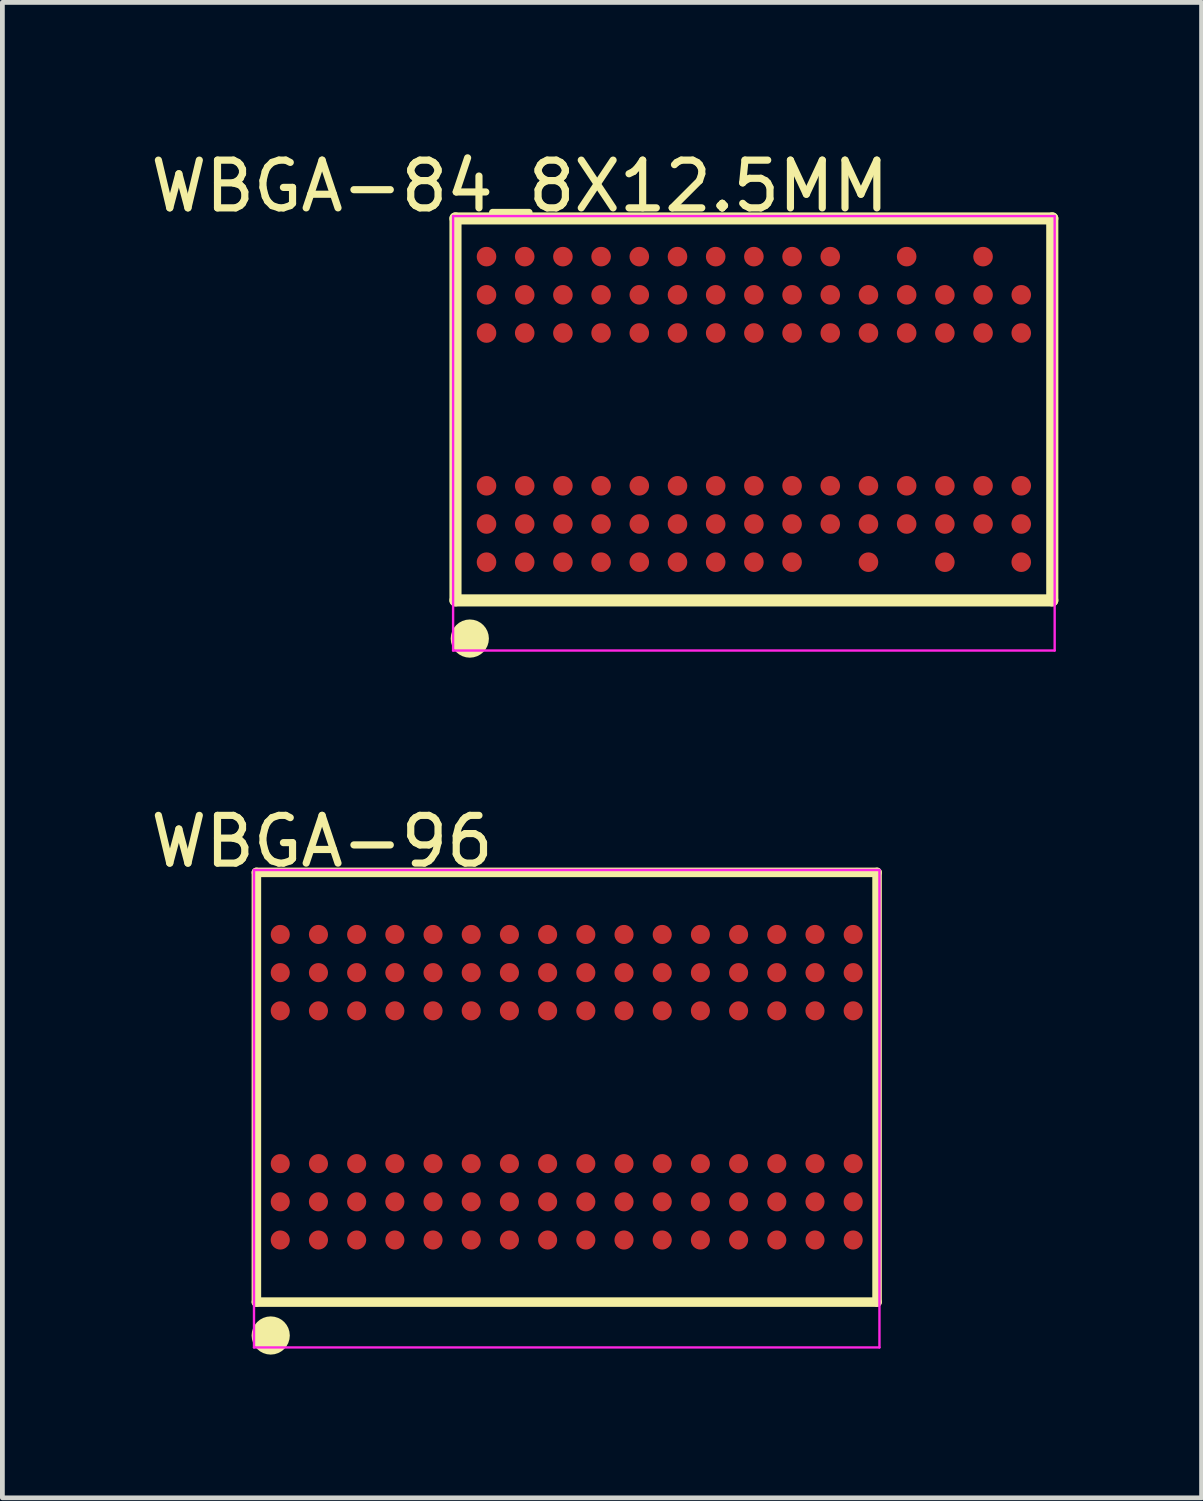
<source format=kicad_pcb>
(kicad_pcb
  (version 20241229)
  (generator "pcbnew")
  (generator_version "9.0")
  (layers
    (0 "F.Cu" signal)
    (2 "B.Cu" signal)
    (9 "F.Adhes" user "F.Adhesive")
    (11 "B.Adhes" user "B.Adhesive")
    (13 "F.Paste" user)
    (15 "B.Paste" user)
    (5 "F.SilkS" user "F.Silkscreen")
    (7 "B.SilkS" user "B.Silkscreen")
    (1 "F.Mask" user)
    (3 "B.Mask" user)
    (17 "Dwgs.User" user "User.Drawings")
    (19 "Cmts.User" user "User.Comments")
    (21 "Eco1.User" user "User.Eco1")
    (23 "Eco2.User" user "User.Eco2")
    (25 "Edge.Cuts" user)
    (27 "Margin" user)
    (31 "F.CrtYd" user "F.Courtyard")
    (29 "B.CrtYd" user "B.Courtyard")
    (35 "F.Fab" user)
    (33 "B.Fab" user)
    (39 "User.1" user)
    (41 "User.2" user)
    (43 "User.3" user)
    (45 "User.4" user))
  (footprint "WBGA-84_8X12.5MM"
    (layer "F.Cu")
    (at 12.74 5.525)
    (property "Reference" "WBGA-84_8X12.5MM" (at -4.901 -4.676 0) (layer "F.SilkS") (effects (font (size 1 1) (thickness 0.15))))
    (attr through_hole)
    (fp_line (start -6.25 -4) (end 6.25 -4) (stroke (width 0.254) (type solid)) (layer "F.SilkS"))
    (fp_line (start -6.25 4) (end -6.25 -4) (stroke (width 0.254) (type solid)) (layer "F.SilkS"))
    (fp_line (start -6.25 4) (end 6.25 4) (stroke (width 0.254) (type solid)) (layer "F.SilkS"))
    (fp_line (start 6.25 4) (end 6.25 -4) (stroke (width 0.254) (type solid)) (layer "F.SilkS"))
    (fp_circle (center -5.95 4.8) (end -5.75 4.8) (stroke (width 0.4) (type solid)) (fill no) (layer "F.SilkS"))
    (fp_line (start -6.3 -4.05) (end 6.3 -4.05) (stroke (width 0.05) (type solid)) (layer "F.CrtYd"))
    (fp_line (start -6.3 5.05) (end -6.3 -4.05) (stroke (width 0.05) (type solid)) (layer "F.CrtYd"))
    (fp_line (start 6.3 -4.05) (end 6.3 5.05) (stroke (width 0.05) (type solid)) (layer "F.CrtYd"))
    (fp_line (start 6.3 5.05) (end -6.3 5.05) (stroke (width 0.05) (type solid)) (layer "F.CrtYd"))
    (pad "A1" smd oval (at -5.6 3.2 90) (size 0.41 0.41) (layers "F.Cu" "F.Mask" "F.Paste"))
    (pad "A2" smd oval (at -5.6 2.4 90) (size 0.41 0.41) (layers "F.Cu" "F.Mask" "F.Paste"))
    (pad "A3" smd oval (at -5.6 1.6 90) (size 0.41 0.41) (layers "F.Cu" "F.Mask" "F.Paste"))
    (pad "A7" smd oval (at -5.6 -1.6 90) (size 0.41 0.41) (layers "F.Cu" "F.Mask" "F.Paste"))
    (pad "A8" smd oval (at -5.6 -2.4 90) (size 0.41 0.41) (layers "F.Cu" "F.Mask" "F.Paste"))
    (pad "A9" smd oval (at -5.6 -3.2 90) (size 0.41 0.41) (layers "F.Cu" "F.Mask" "F.Paste"))
    (pad "B1" smd oval (at -4.8 3.2 90) (size 0.41 0.41) (layers "F.Cu" "F.Mask" "F.Paste"))
    (pad "B2" smd oval (at -4.8 2.4 90) (size 0.41 0.41) (layers "F.Cu" "F.Mask" "F.Paste"))
    (pad "B3" smd oval (at -4.8 1.6 90) (size 0.41 0.41) (layers "F.Cu" "F.Mask" "F.Paste"))
    (pad "B7" smd oval (at -4.8 -1.6 90) (size 0.41 0.41) (layers "F.Cu" "F.Mask" "F.Paste"))
    (pad "B8" smd oval (at -4.8 -2.4 90) (size 0.41 0.41) (layers "F.Cu" "F.Mask" "F.Paste"))
    (pad "B9" smd oval (at -4.8 -3.2 90) (size 0.41 0.41) (layers "F.Cu" "F.Mask" "F.Paste"))
    (pad "C1" smd oval (at -4 3.2 90) (size 0.41 0.41) (layers "F.Cu" "F.Mask" "F.Paste"))
    (pad "C2" smd oval (at -4 2.4 90) (size 0.41 0.41) (layers "F.Cu" "F.Mask" "F.Paste"))
    (pad "C3" smd oval (at -4 1.6 90) (size 0.41 0.41) (layers "F.Cu" "F.Mask" "F.Paste"))
    (pad "C7" smd oval (at -4 -1.6 90) (size 0.41 0.41) (layers "F.Cu" "F.Mask" "F.Paste"))
    (pad "C8" smd oval (at -4 -2.4 90) (size 0.41 0.41) (layers "F.Cu" "F.Mask" "F.Paste"))
    (pad "C9" smd oval (at -4 -3.2 90) (size 0.41 0.41) (layers "F.Cu" "F.Mask" "F.Paste"))
    (pad "D1" smd oval (at -3.2 3.2 90) (size 0.41 0.41) (layers "F.Cu" "F.Mask" "F.Paste"))
    (pad "D2" smd oval (at -3.2 2.4 90) (size 0.41 0.41) (layers "F.Cu" "F.Mask" "F.Paste"))
    (pad "D3" smd oval (at -3.2 1.6 90) (size 0.41 0.41) (layers "F.Cu" "F.Mask" "F.Paste"))
    (pad "D7" smd oval (at -3.2 -1.6 90) (size 0.41 0.41) (layers "F.Cu" "F.Mask" "F.Paste"))
    (pad "D8" smd oval (at -3.2 -2.4 90) (size 0.41 0.41) (layers "F.Cu" "F.Mask" "F.Paste"))
    (pad "D9" smd oval (at -3.2 -3.2 90) (size 0.41 0.41) (layers "F.Cu" "F.Mask" "F.Paste"))
    (pad "E1" smd oval (at -2.4 3.2 90) (size 0.41 0.41) (layers "F.Cu" "F.Mask" "F.Paste"))
    (pad "E2" smd oval (at -2.4 2.4 90) (size 0.41 0.41) (layers "F.Cu" "F.Mask" "F.Paste"))
    (pad "E3" smd oval (at -2.4 1.6 90) (size 0.41 0.41) (layers "F.Cu" "F.Mask" "F.Paste"))
    (pad "E7" smd oval (at -2.4 -1.6 90) (size 0.41 0.41) (layers "F.Cu" "F.Mask" "F.Paste"))
    (pad "E8" smd oval (at -2.4 -2.4 90) (size 0.41 0.41) (layers "F.Cu" "F.Mask" "F.Paste"))
    (pad "E9" smd oval (at -2.4 -3.2 90) (size 0.41 0.41) (layers "F.Cu" "F.Mask" "F.Paste"))
    (pad "F1" smd oval (at -1.6 3.2 90) (size 0.41 0.41) (layers "F.Cu" "F.Mask" "F.Paste"))
    (pad "F2" smd oval (at -1.6 2.4 90) (size 0.41 0.41) (layers "F.Cu" "F.Mask" "F.Paste"))
    (pad "F3" smd oval (at -1.6 1.6 90) (size 0.41 0.41) (layers "F.Cu" "F.Mask" "F.Paste"))
    (pad "F7" smd oval (at -1.6 -1.6 90) (size 0.41 0.41) (layers "F.Cu" "F.Mask" "F.Paste"))
    (pad "F8" smd oval (at -1.6 -2.4 90) (size 0.41 0.41) (layers "F.Cu" "F.Mask" "F.Paste"))
    (pad "F9" smd oval (at -1.6 -3.2 90) (size 0.41 0.41) (layers "F.Cu" "F.Mask" "F.Paste"))
    (pad "G1" smd oval (at -0.8 3.2 90) (size 0.41 0.41) (layers "F.Cu" "F.Mask" "F.Paste"))
    (pad "G2" smd oval (at -0.8 2.4 90) (size 0.41 0.41) (layers "F.Cu" "F.Mask" "F.Paste"))
    (pad "G3" smd oval (at -0.8 1.6 90) (size 0.41 0.41) (layers "F.Cu" "F.Mask" "F.Paste"))
    (pad "G7" smd oval (at -0.8 -1.6 90) (size 0.41 0.41) (layers "F.Cu" "F.Mask" "F.Paste"))
    (pad "G8" smd oval (at -0.8 -2.4 90) (size 0.41 0.41) (layers "F.Cu" "F.Mask" "F.Paste"))
    (pad "G9" smd oval (at -0.8 -3.2 90) (size 0.41 0.41) (layers "F.Cu" "F.Mask" "F.Paste"))
    (pad "H1" smd oval (at 0 3.2 90) (size 0.41 0.41) (layers "F.Cu" "F.Mask" "F.Paste"))
    (pad "H2" smd oval (at 0 2.4 90) (size 0.41 0.41) (layers "F.Cu" "F.Mask" "F.Paste"))
    (pad "H3" smd oval (at 0 1.6 90) (size 0.41 0.41) (layers "F.Cu" "F.Mask" "F.Paste"))
    (pad "H7" smd oval (at 0 -1.6 90) (size 0.41 0.41) (layers "F.Cu" "F.Mask" "F.Paste"))
    (pad "H8" smd oval (at 0 -2.4 90) (size 0.41 0.41) (layers "F.Cu" "F.Mask" "F.Paste"))
    (pad "H9" smd oval (at 0 -3.2 90) (size 0.41 0.41) (layers "F.Cu" "F.Mask" "F.Paste"))
    (pad "J1" smd oval (at 0.8 3.2 90) (size 0.41 0.41) (layers "F.Cu" "F.Mask" "F.Paste"))
    (pad "J2" smd oval (at 0.8 2.4 90) (size 0.41 0.41) (layers "F.Cu" "F.Mask" "F.Paste"))
    (pad "J3" smd oval (at 0.8 1.6 90) (size 0.41 0.41) (layers "F.Cu" "F.Mask" "F.Paste"))
    (pad "J7" smd oval (at 0.8 -1.6 90) (size 0.41 0.41) (layers "F.Cu" "F.Mask" "F.Paste"))
    (pad "J8" smd oval (at 0.8 -2.4 90) (size 0.41 0.41) (layers "F.Cu" "F.Mask" "F.Paste"))
    (pad "J9" smd oval (at 0.8 -3.2 90) (size 0.41 0.41) (layers "F.Cu" "F.Mask" "F.Paste"))
    (pad "K2" smd oval (at 1.6 2.4 90) (size 0.41 0.41) (layers "F.Cu" "F.Mask" "F.Paste"))
    (pad "K3" smd oval (at 1.6 1.6 90) (size 0.41 0.41) (layers "F.Cu" "F.Mask" "F.Paste"))
    (pad "K7" smd oval (at 1.6 -1.6 90) (size 0.41 0.41) (layers "F.Cu" "F.Mask" "F.Paste"))
    (pad "K8" smd oval (at 1.6 -2.4 90) (size 0.41 0.41) (layers "F.Cu" "F.Mask" "F.Paste"))
    (pad "K9" smd oval (at 1.6 -3.2 90) (size 0.41 0.41) (layers "F.Cu" "F.Mask" "F.Paste"))
    (pad "L1" smd oval (at 2.4 3.2 90) (size 0.41 0.41) (layers "F.Cu" "F.Mask" "F.Paste"))
    (pad "L2" smd oval (at 2.4 2.4 90) (size 0.41 0.41) (layers "F.Cu" "F.Mask" "F.Paste"))
    (pad "L3" smd oval (at 2.4 1.6 90) (size 0.41 0.41) (layers "F.Cu" "F.Mask" "F.Paste"))
    (pad "L7" smd oval (at 2.4 -1.6 90) (size 0.41 0.41) (layers "F.Cu" "F.Mask" "F.Paste"))
    (pad "L8" smd oval (at 2.4 -2.4 90) (size 0.41 0.41) (layers "F.Cu" "F.Mask" "F.Paste"))
    (pad "M2" smd oval (at 3.2 2.4 90) (size 0.41 0.41) (layers "F.Cu" "F.Mask" "F.Paste"))
    (pad "M3" smd oval (at 3.2 1.6 90) (size 0.41 0.41) (layers "F.Cu" "F.Mask" "F.Paste"))
    (pad "M7" smd oval (at 3.2 -1.6 90) (size 0.41 0.41) (layers "F.Cu" "F.Mask" "F.Paste"))
    (pad "M8" smd oval (at 3.2 -2.4 90) (size 0.41 0.41) (layers "F.Cu" "F.Mask" "F.Paste"))
    (pad "M9" smd oval (at 3.2 -3.2 90) (size 0.41 0.41) (layers "F.Cu" "F.Mask" "F.Paste"))
    (pad "N1" smd oval (at 4 3.2 90) (size 0.41 0.41) (layers "F.Cu" "F.Mask" "F.Paste"))
    (pad "N2" smd oval (at 4 2.4 90) (size 0.41 0.41) (layers "F.Cu" "F.Mask" "F.Paste"))
    (pad "N3" smd oval (at 4 1.6 90) (size 0.41 0.41) (layers "F.Cu" "F.Mask" "F.Paste"))
    (pad "N7" smd oval (at 4 -1.6 90) (size 0.41 0.41) (layers "F.Cu" "F.Mask" "F.Paste"))
    (pad "N8" smd oval (at 4 -2.4 90) (size 0.41 0.41) (layers "F.Cu" "F.Mask" "F.Paste"))
    (pad "P2" smd oval (at 4.8 2.4 90) (size 0.41 0.41) (layers "F.Cu" "F.Mask" "F.Paste"))
    (pad "P3" smd oval (at 4.8 1.6 90) (size 0.41 0.41) (layers "F.Cu" "F.Mask" "F.Paste"))
    (pad "P7" smd oval (at 4.8 -1.6 90) (size 0.41 0.41) (layers "F.Cu" "F.Mask" "F.Paste"))
    (pad "P8" smd oval (at 4.8 -2.4 90) (size 0.41 0.41) (layers "F.Cu" "F.Mask" "F.Paste"))
    (pad "P9" smd oval (at 4.8 -3.2 90) (size 0.41 0.41) (layers "F.Cu" "F.Mask" "F.Paste"))
    (pad "R1" smd oval (at 5.6 3.2 90) (size 0.41 0.41) (layers "F.Cu" "F.Mask" "F.Paste"))
    (pad "R2" smd oval (at 5.6 2.4 90) (size 0.41 0.41) (layers "F.Cu" "F.Mask" "F.Paste"))
    (pad "R3" smd oval (at 5.6 1.6 90) (size 0.41 0.41) (layers "F.Cu" "F.Mask" "F.Paste"))
    (pad "R7" smd oval (at 5.6 -1.6 90) (size 0.41 0.41) (layers "F.Cu" "F.Mask" "F.Paste"))
    (pad "R8" smd oval (at 5.6 -2.4 90) (size 0.41 0.41) (layers "F.Cu" "F.Mask" "F.Paste")))
  (footprint "WBGA-96"
    (layer "F.Cu")
    (at 8.82 19.722)
    (property "Reference" "WBGA-96" (at -5.124 -5.149 0) (layer "F.SilkS") (effects (font (size 1 1) (thickness 0.15))))
    (attr through_hole)
    (fp_line (start -6.5 -4.5) (end 6.5 -4.5) (stroke (width 0.2) (type solid)) (layer "F.SilkS"))
    (fp_line (start -6.5 4.5) (end -6.5 -4.5) (stroke (width 0.2) (type solid)) (layer "F.SilkS"))
    (fp_line (start -6.5 4.5) (end 6.5 4.5) (stroke (width 0.2) (type solid)) (layer "F.SilkS"))
    (fp_line (start 6.5 4.5) (end 6.5 -4.5) (stroke (width 0.2) (type solid)) (layer "F.SilkS"))
    (fp_circle (center -6.2 5.2) (end -6 5.2) (stroke (width 0.4) (type solid)) (fill no) (layer "F.SilkS"))
    (fp_line (start -6.55 -4.55) (end 6.55 -4.55) (stroke (width 0.05) (type solid)) (layer "F.CrtYd"))
    (fp_line (start -6.55 5.45) (end -6.55 -4.55) (stroke (width 0.05) (type solid)) (layer "F.CrtYd"))
    (fp_line (start 6.55 -4.55) (end 6.55 5.45) (stroke (width 0.05) (type solid)) (layer "F.CrtYd"))
    (fp_line (start 6.55 5.45) (end -6.55 5.45) (stroke (width 0.05) (type solid)) (layer "F.CrtYd"))
    (pad "A1" smd oval (at -6 3.2 90) (size 0.4 0.4) (layers "F.Cu" "F.Mask" "F.Paste"))
    (pad "A2" smd oval (at -6 2.4 90) (size 0.4 0.4) (layers "F.Cu" "F.Mask" "F.Paste"))
    (pad "A3" smd oval (at -6 1.6 90) (size 0.4 0.4) (layers "F.Cu" "F.Mask" "F.Paste"))
    (pad "A7" smd oval (at -6 -1.6 90) (size 0.4 0.4) (layers "F.Cu" "F.Mask" "F.Paste"))
    (pad "A8" smd oval (at -6 -2.4 90) (size 0.4 0.4) (layers "F.Cu" "F.Mask" "F.Paste"))
    (pad "A9" smd oval (at -6 -3.2 90) (size 0.4 0.4) (layers "F.Cu" "F.Mask" "F.Paste"))
    (pad "B1" smd oval (at -5.2 3.2 90) (size 0.4 0.4) (layers "F.Cu" "F.Mask" "F.Paste"))
    (pad "B2" smd oval (at -5.2 2.4 90) (size 0.4 0.4) (layers "F.Cu" "F.Mask" "F.Paste"))
    (pad "B3" smd oval (at -5.2 1.6 90) (size 0.4 0.4) (layers "F.Cu" "F.Mask" "F.Paste"))
    (pad "B7" smd oval (at -5.2 -1.6 90) (size 0.4 0.4) (layers "F.Cu" "F.Mask" "F.Paste"))
    (pad "B8" smd oval (at -5.2 -2.4 90) (size 0.4 0.4) (layers "F.Cu" "F.Mask" "F.Paste"))
    (pad "B9" smd oval (at -5.2 -3.2 90) (size 0.4 0.4) (layers "F.Cu" "F.Mask" "F.Paste"))
    (pad "C1" smd oval (at -4.4 3.2 90) (size 0.4 0.4) (layers "F.Cu" "F.Mask" "F.Paste"))
    (pad "C2" smd oval (at -4.4 2.4 90) (size 0.4 0.4) (layers "F.Cu" "F.Mask" "F.Paste"))
    (pad "C3" smd oval (at -4.4 1.6 90) (size 0.4 0.4) (layers "F.Cu" "F.Mask" "F.Paste"))
    (pad "C7" smd oval (at -4.4 -1.6 90) (size 0.4 0.4) (layers "F.Cu" "F.Mask" "F.Paste"))
    (pad "C8" smd oval (at -4.4 -2.4 90) (size 0.4 0.4) (layers "F.Cu" "F.Mask" "F.Paste"))
    (pad "C9" smd oval (at -4.4 -3.2 90) (size 0.4 0.4) (layers "F.Cu" "F.Mask" "F.Paste"))
    (pad "D1" smd oval (at -3.6 3.2 90) (size 0.4 0.4) (layers "F.Cu" "F.Mask" "F.Paste"))
    (pad "D2" smd oval (at -3.6 2.4 90) (size 0.4 0.4) (layers "F.Cu" "F.Mask" "F.Paste"))
    (pad "D3" smd oval (at -3.6 1.6 90) (size 0.4 0.4) (layers "F.Cu" "F.Mask" "F.Paste"))
    (pad "D7" smd oval (at -3.6 -1.6 90) (size 0.4 0.4) (layers "F.Cu" "F.Mask" "F.Paste"))
    (pad "D8" smd oval (at -3.6 -2.4 90) (size 0.4 0.4) (layers "F.Cu" "F.Mask" "F.Paste"))
    (pad "D9" smd oval (at -3.6 -3.2 90) (size 0.4 0.4) (layers "F.Cu" "F.Mask" "F.Paste"))
    (pad "E1" smd oval (at -2.8 3.2 90) (size 0.4 0.4) (layers "F.Cu" "F.Mask" "F.Paste"))
    (pad "E2" smd oval (at -2.8 2.4 90) (size 0.4 0.4) (layers "F.Cu" "F.Mask" "F.Paste"))
    (pad "E3" smd oval (at -2.8 1.6 90) (size 0.4 0.4) (layers "F.Cu" "F.Mask" "F.Paste"))
    (pad "E7" smd oval (at -2.8 -1.6 90) (size 0.4 0.4) (layers "F.Cu" "F.Mask" "F.Paste"))
    (pad "E8" smd oval (at -2.8 -2.4 90) (size 0.4 0.4) (layers "F.Cu" "F.Mask" "F.Paste"))
    (pad "E9" smd oval (at -2.8 -3.2 90) (size 0.4 0.4) (layers "F.Cu" "F.Mask" "F.Paste"))
    (pad "F1" smd oval (at -2 3.2 90) (size 0.4 0.4) (layers "F.Cu" "F.Mask" "F.Paste"))
    (pad "F2" smd oval (at -2 2.4 90) (size 0.4 0.4) (layers "F.Cu" "F.Mask" "F.Paste"))
    (pad "F3" smd oval (at -2 1.6 90) (size 0.4 0.4) (layers "F.Cu" "F.Mask" "F.Paste"))
    (pad "F7" smd oval (at -2 -1.6 90) (size 0.4 0.4) (layers "F.Cu" "F.Mask" "F.Paste"))
    (pad "F8" smd oval (at -2 -2.4 90) (size 0.4 0.4) (layers "F.Cu" "F.Mask" "F.Paste"))
    (pad "F9" smd oval (at -2 -3.2 90) (size 0.4 0.4) (layers "F.Cu" "F.Mask" "F.Paste"))
    (pad "G1" smd oval (at -1.2 3.2 90) (size 0.4 0.4) (layers "F.Cu" "F.Mask" "F.Paste"))
    (pad "G2" smd oval (at -1.2 2.4 90) (size 0.4 0.4) (layers "F.Cu" "F.Mask" "F.Paste"))
    (pad "G3" smd oval (at -1.2 1.6 90) (size 0.4 0.4) (layers "F.Cu" "F.Mask" "F.Paste"))
    (pad "G7" smd oval (at -1.2 -1.6 90) (size 0.4 0.4) (layers "F.Cu" "F.Mask" "F.Paste"))
    (pad "G8" smd oval (at -1.2 -2.4 90) (size 0.4 0.4) (layers "F.Cu" "F.Mask" "F.Paste"))
    (pad "G9" smd oval (at -1.2 -3.2 90) (size 0.4 0.4) (layers "F.Cu" "F.Mask" "F.Paste"))
    (pad "H1" smd oval (at -0.4 3.2 90) (size 0.4 0.4) (layers "F.Cu" "F.Mask" "F.Paste"))
    (pad "H2" smd oval (at -0.4 2.4 90) (size 0.4 0.4) (layers "F.Cu" "F.Mask" "F.Paste"))
    (pad "H3" smd oval (at -0.4 1.6 90) (size 0.4 0.4) (layers "F.Cu" "F.Mask" "F.Paste"))
    (pad "H7" smd oval (at -0.4 -1.6 90) (size 0.4 0.4) (layers "F.Cu" "F.Mask" "F.Paste"))
    (pad "H8" smd oval (at -0.4 -2.4 90) (size 0.4 0.4) (layers "F.Cu" "F.Mask" "F.Paste"))
    (pad "H9" smd oval (at -0.4 -3.2 90) (size 0.4 0.4) (layers "F.Cu" "F.Mask" "F.Paste"))
    (pad "J1" smd oval (at 0.4 3.2 90) (size 0.4 0.4) (layers "F.Cu" "F.Mask" "F.Paste"))
    (pad "J2" smd oval (at 0.4 2.4 90) (size 0.4 0.4) (layers "F.Cu" "F.Mask" "F.Paste"))
    (pad "J3" smd oval (at 0.4 1.6 90) (size 0.4 0.4) (layers "F.Cu" "F.Mask" "F.Paste"))
    (pad "J7" smd oval (at 0.4 -1.6 90) (size 0.4 0.4) (layers "F.Cu" "F.Mask" "F.Paste"))
    (pad "J8" smd oval (at 0.4 -2.4 90) (size 0.4 0.4) (layers "F.Cu" "F.Mask" "F.Paste"))
    (pad "J9" smd oval (at 0.4 -3.2 90) (size 0.4 0.4) (layers "F.Cu" "F.Mask" "F.Paste"))
    (pad "K1" smd oval (at 1.2 3.2 90) (size 0.4 0.4) (layers "F.Cu" "F.Mask" "F.Paste"))
    (pad "K2" smd oval (at 1.2 2.4 90) (size 0.4 0.4) (layers "F.Cu" "F.Mask" "F.Paste"))
    (pad "K3" smd oval (at 1.2 1.6 90) (size 0.4 0.4) (layers "F.Cu" "F.Mask" "F.Paste"))
    (pad "K7" smd oval (at 1.2 -1.6 90) (size 0.4 0.4) (layers "F.Cu" "F.Mask" "F.Paste"))
    (pad "K8" smd oval (at 1.2 -2.4 90) (size 0.4 0.4) (layers "F.Cu" "F.Mask" "F.Paste"))
    (pad "K9" smd oval (at 1.2 -3.2 90) (size 0.4 0.4) (layers "F.Cu" "F.Mask" "F.Paste"))
    (pad "L1" smd oval (at 2 3.2 90) (size 0.4 0.4) (layers "F.Cu" "F.Mask" "F.Paste"))
    (pad "L2" smd oval (at 2 2.4 90) (size 0.4 0.4) (layers "F.Cu" "F.Mask" "F.Paste"))
    (pad "L3" smd oval (at 2 1.6 90) (size 0.4 0.4) (layers "F.Cu" "F.Mask" "F.Paste"))
    (pad "L7" smd oval (at 2 -1.6 90) (size 0.4 0.4) (layers "F.Cu" "F.Mask" "F.Paste"))
    (pad "L8" smd oval (at 2 -2.4 90) (size 0.4 0.4) (layers "F.Cu" "F.Mask" "F.Paste"))
    (pad "L9" smd oval (at 2 -3.2 90) (size 0.4 0.4) (layers "F.Cu" "F.Mask" "F.Paste"))
    (pad "M1" smd oval (at 2.8 3.2 90) (size 0.4 0.4) (layers "F.Cu" "F.Mask" "F.Paste"))
    (pad "M2" smd oval (at 2.8 2.4 90) (size 0.4 0.4) (layers "F.Cu" "F.Mask" "F.Paste"))
    (pad "M3" smd oval (at 2.8 1.6 90) (size 0.4 0.4) (layers "F.Cu" "F.Mask" "F.Paste"))
    (pad "M7" smd oval (at 2.8 -1.6 90) (size 0.4 0.4) (layers "F.Cu" "F.Mask" "F.Paste"))
    (pad "M8" smd oval (at 2.8 -2.4 90) (size 0.4 0.4) (layers "F.Cu" "F.Mask" "F.Paste"))
    (pad "M9" smd oval (at 2.8 -3.2 90) (size 0.4 0.4) (layers "F.Cu" "F.Mask" "F.Paste"))
    (pad "N1" smd oval (at 3.6 3.2 90) (size 0.4 0.4) (layers "F.Cu" "F.Mask" "F.Paste"))
    (pad "N2" smd oval (at 3.6 2.4 90) (size 0.4 0.4) (layers "F.Cu" "F.Mask" "F.Paste"))
    (pad "N3" smd oval (at 3.6 1.6 90) (size 0.4 0.4) (layers "F.Cu" "F.Mask" "F.Paste"))
    (pad "N7" smd oval (at 3.6 -1.6 90) (size 0.4 0.4) (layers "F.Cu" "F.Mask" "F.Paste"))
    (pad "N8" smd oval (at 3.6 -2.4 90) (size 0.4 0.4) (layers "F.Cu" "F.Mask" "F.Paste"))
    (pad "N9" smd oval (at 3.6 -3.2 90) (size 0.4 0.4) (layers "F.Cu" "F.Mask" "F.Paste"))
    (pad "P1" smd oval (at 4.4 3.2 90) (size 0.4 0.4) (layers "F.Cu" "F.Mask" "F.Paste"))
    (pad "P2" smd oval (at 4.4 2.4 90) (size 0.4 0.4) (layers "F.Cu" "F.Mask" "F.Paste"))
    (pad "P3" smd oval (at 4.4 1.6 90) (size 0.4 0.4) (layers "F.Cu" "F.Mask" "F.Paste"))
    (pad "P7" smd oval (at 4.4 -1.6 90) (size 0.4 0.4) (layers "F.Cu" "F.Mask" "F.Paste"))
    (pad "P8" smd oval (at 4.4 -2.4 90) (size 0.4 0.4) (layers "F.Cu" "F.Mask" "F.Paste"))
    (pad "P9" smd oval (at 4.4 -3.2 90) (size 0.4 0.4) (layers "F.Cu" "F.Mask" "F.Paste"))
    (pad "R1" smd oval (at 5.2 3.2 90) (size 0.4 0.4) (layers "F.Cu" "F.Mask" "F.Paste"))
    (pad "R2" smd oval (at 5.2 2.4 90) (size 0.4 0.4) (layers "F.Cu" "F.Mask" "F.Paste"))
    (pad "R3" smd oval (at 5.2 1.6 90) (size 0.4 0.4) (layers "F.Cu" "F.Mask" "F.Paste"))
    (pad "R7" smd oval (at 5.2 -1.6 90) (size 0.4 0.4) (layers "F.Cu" "F.Mask" "F.Paste"))
    (pad "R8" smd oval (at 5.2 -2.4 90) (size 0.4 0.4) (layers "F.Cu" "F.Mask" "F.Paste"))
    (pad "R9" smd oval (at 5.2 -3.2 90) (size 0.4 0.4) (layers "F.Cu" "F.Mask" "F.Paste"))
    (pad "T1" smd oval (at 6 3.2 90) (size 0.4 0.4) (layers "F.Cu" "F.Mask" "F.Paste"))
    (pad "T2" smd oval (at 6 2.4 90) (size 0.4 0.4) (layers "F.Cu" "F.Mask" "F.Paste"))
    (pad "T3" smd oval (at 6 1.6 90) (size 0.4 0.4) (layers "F.Cu" "F.Mask" "F.Paste"))
    (pad "T7" smd oval (at 6 -1.6 90) (size 0.4 0.4) (layers "F.Cu" "F.Mask" "F.Paste"))
    (pad "T8" smd oval (at 6 -2.4 90) (size 0.4 0.4) (layers "F.Cu" "F.Mask" "F.Paste"))
    (pad "T9" smd oval (at 6 -3.2 90) (size 0.4 0.4) (layers "F.Cu" "F.Mask" "F.Paste")))
  (gr_rect
    (start -3 -3)
    (end 22.117 28.322)
    (stroke (width 0.1) (type default))
    (fill no)
    (layer "Edge.Cuts")))
</source>
